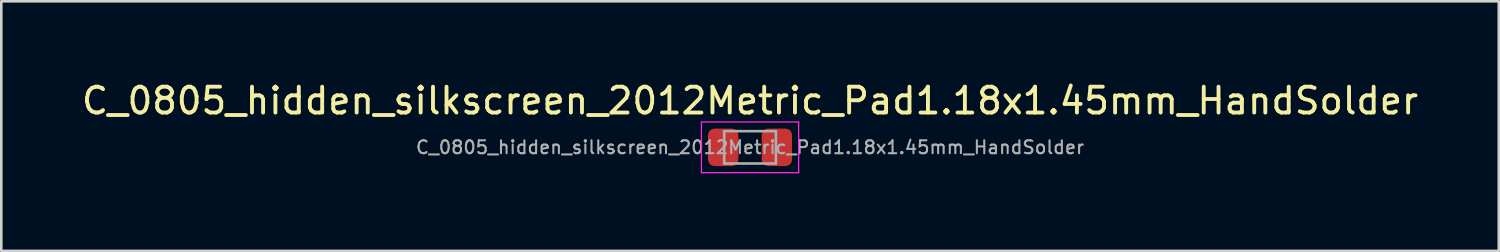
<source format=kicad_pcb>
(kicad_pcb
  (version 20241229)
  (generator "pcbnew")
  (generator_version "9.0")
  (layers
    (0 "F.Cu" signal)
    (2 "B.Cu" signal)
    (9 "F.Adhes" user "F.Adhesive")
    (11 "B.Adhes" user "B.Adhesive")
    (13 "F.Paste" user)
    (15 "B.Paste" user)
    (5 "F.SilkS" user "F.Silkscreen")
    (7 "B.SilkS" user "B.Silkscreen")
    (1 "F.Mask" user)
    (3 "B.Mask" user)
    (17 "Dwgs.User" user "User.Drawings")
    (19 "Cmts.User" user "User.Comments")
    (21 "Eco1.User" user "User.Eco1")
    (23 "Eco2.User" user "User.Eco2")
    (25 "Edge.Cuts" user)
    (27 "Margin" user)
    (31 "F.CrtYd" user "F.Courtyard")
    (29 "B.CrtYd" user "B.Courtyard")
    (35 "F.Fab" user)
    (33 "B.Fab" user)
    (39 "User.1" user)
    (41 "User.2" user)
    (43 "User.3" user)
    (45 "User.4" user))
  (footprint "C_0805_hidden_silkscreen_2012Metric_Pad1.18x1.45mm_HandSolder"
    (layer "F.Cu")
    (at 25.958 2.648)
    (property "Reference" "C_0805_hidden_silkscreen_2012Metric_Pad1.18x1.45mm_HandSolder" (at 0 -1.8 0) (layer "F.SilkS") (effects (font (size 1 1) (thickness 0.15))))
    (attr smd)
    (fp_line (start -1.88 -0.98) (end 1.88 -0.98) (stroke (width 0.05) (type solid)) (layer "F.CrtYd"))
    (fp_line (start -1.88 0.98) (end -1.88 -0.98) (stroke (width 0.05) (type solid)) (layer "F.CrtYd"))
    (fp_line (start 1.88 -0.98) (end 1.88 0.98) (stroke (width 0.05) (type solid)) (layer "F.CrtYd"))
    (fp_line (start 1.88 0.98) (end -1.88 0.98) (stroke (width 0.05) (type solid)) (layer "F.CrtYd"))
    (fp_line (start -1 -0.625) (end 1 -0.625) (stroke (width 0.1) (type solid)) (layer "F.Fab"))
    (fp_line (start -1 0.625) (end -1 -0.625) (stroke (width 0.1) (type solid)) (layer "F.Fab"))
    (fp_line (start 1 -0.625) (end 1 0.625) (stroke (width 0.1) (type solid)) (layer "F.Fab"))
    (fp_line (start 1 0.625) (end -1 0.625) (stroke (width 0.1) (type solid)) (layer "F.Fab"))
    (fp_text user "${REFERENCE}" (at 0 0 0) (layer "F.Fab") (effects (font (size 0.5 0.5) (thickness 0.08))))
    (pad "1" smd roundrect (at -1.038 0) (size 1.175 1.45) (layers "F.Cu" "F.Mask" "F.Paste") (roundrect_rratio 0.213))
    (pad "2" smd roundrect (at 1.038 0) (size 1.175 1.45) (layers "F.Cu" "F.Mask" "F.Paste") (roundrect_rratio 0.213)))
  (gr_rect
    (start -3 -3)
    (end 54.917 6.653)
    (stroke (width 0.1) (type default))
    (fill no)
    (layer "Edge.Cuts")))
</source>
